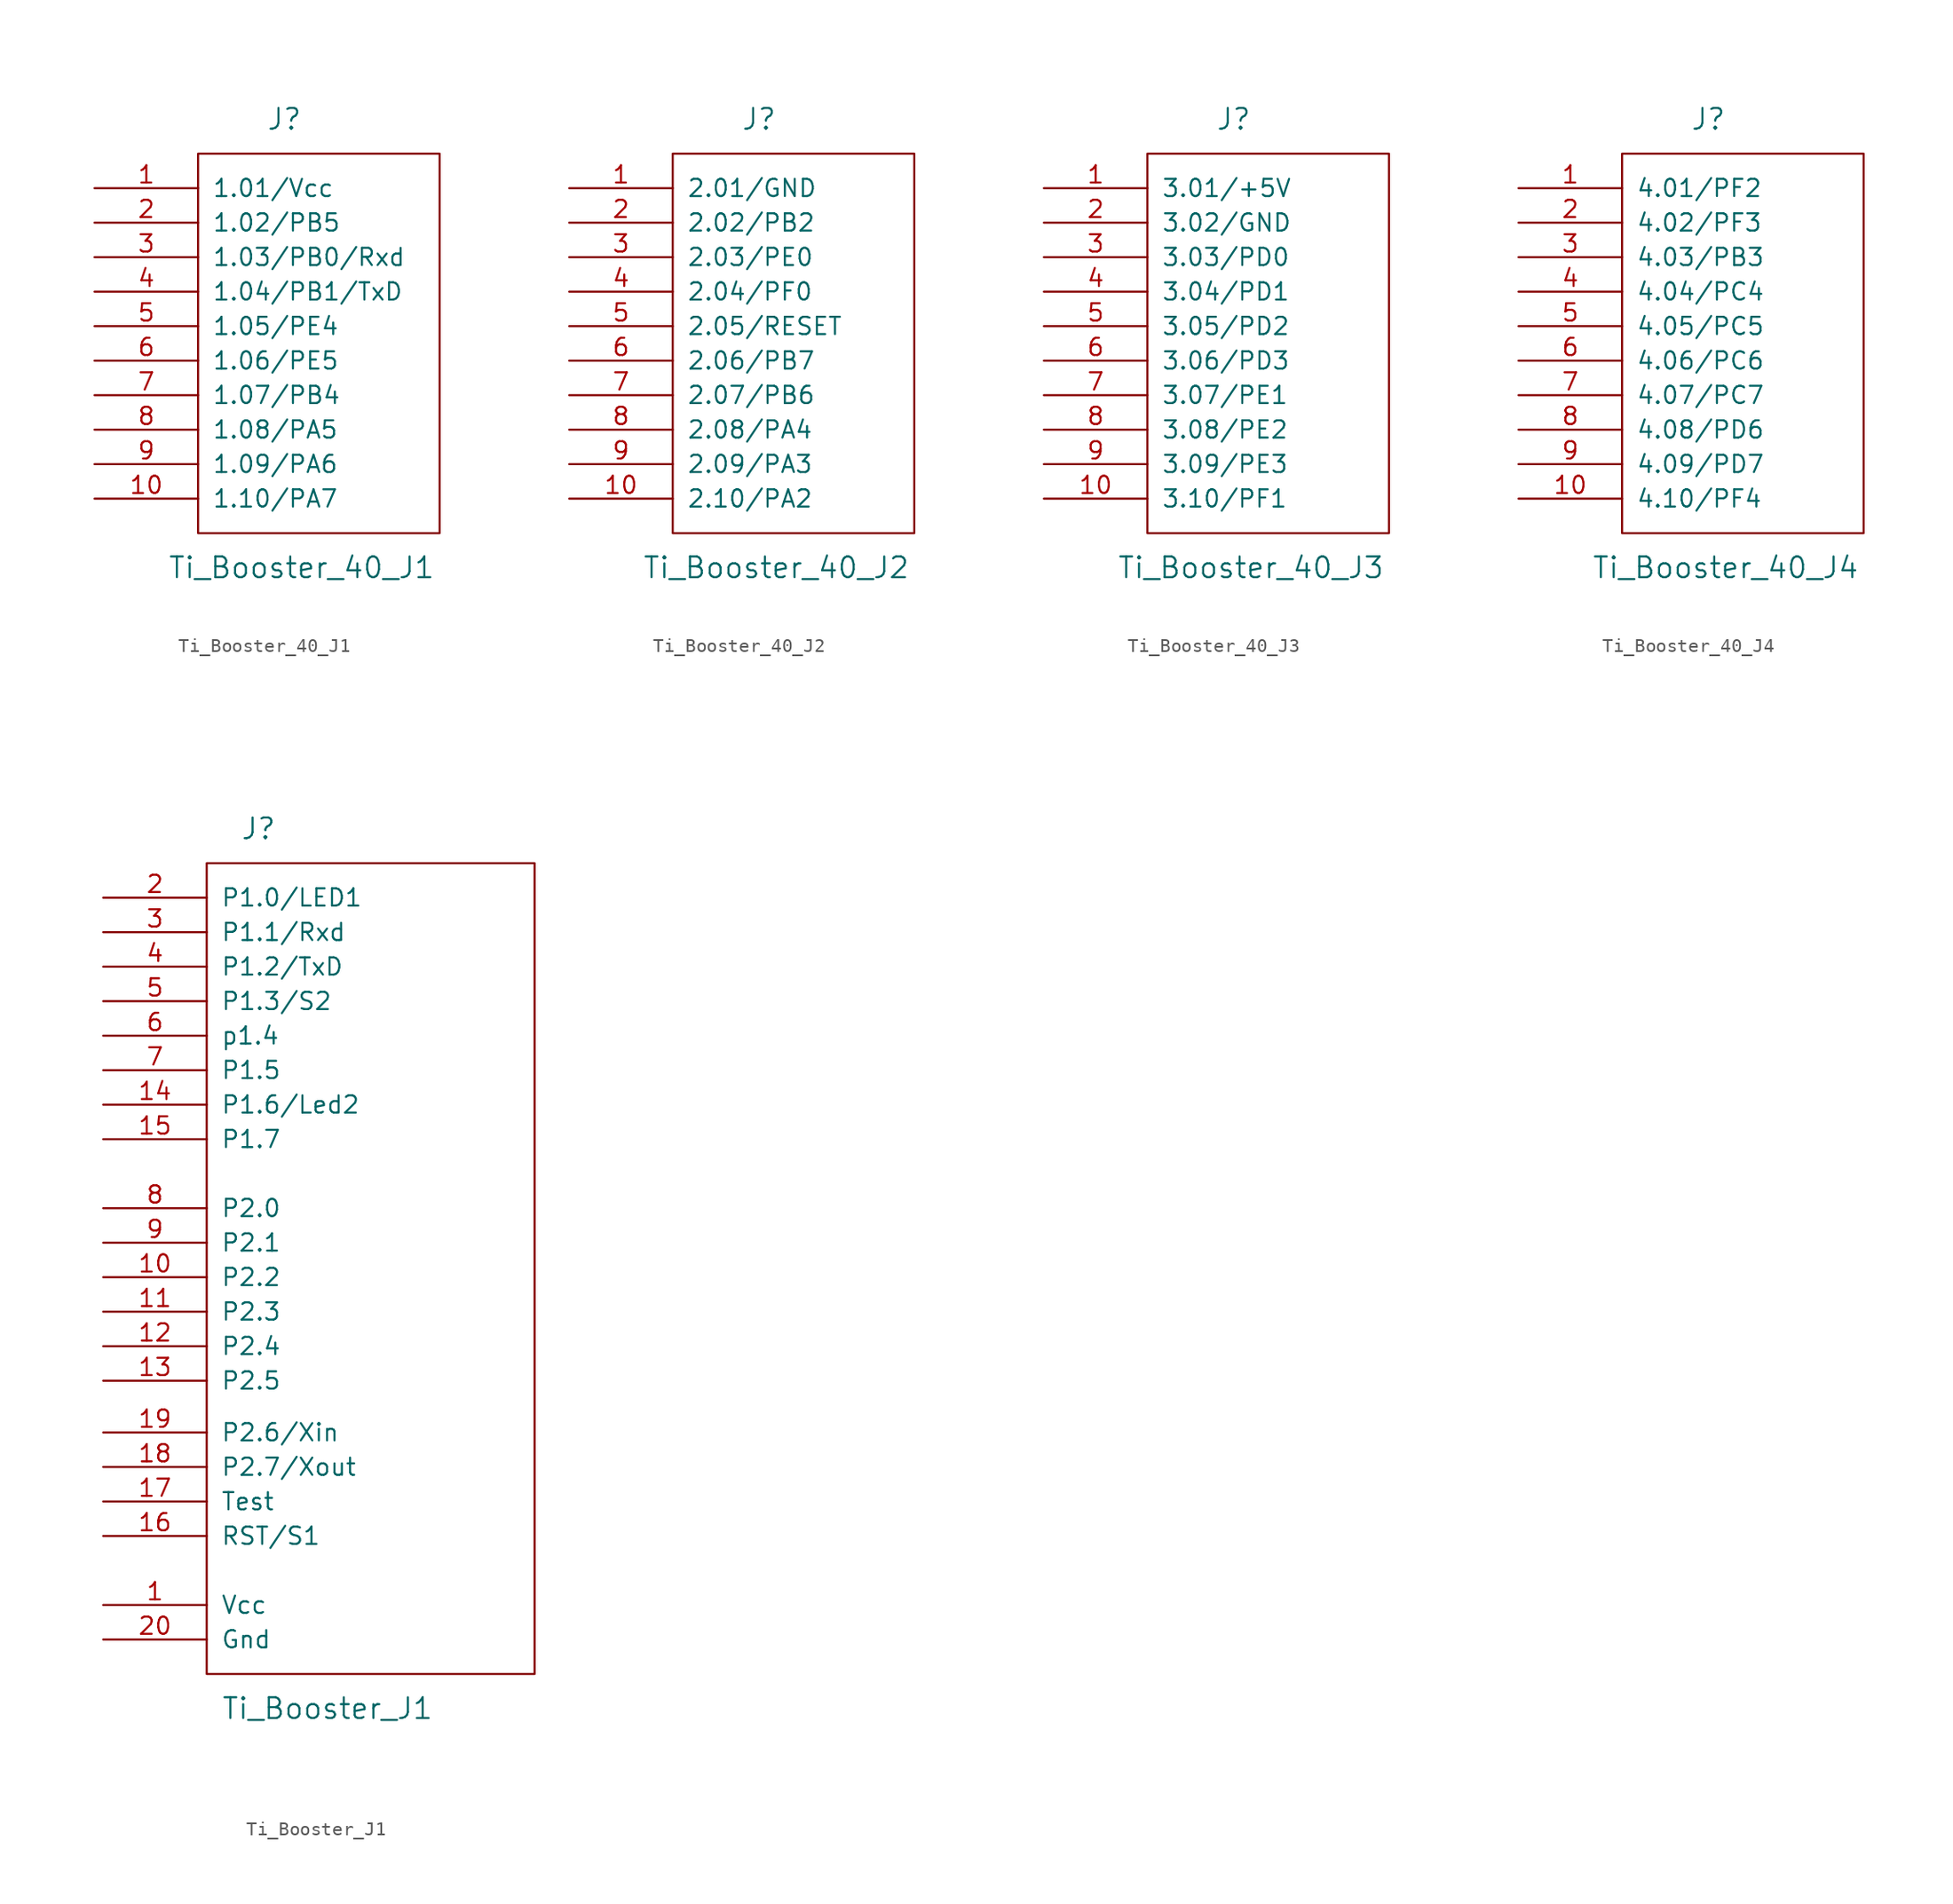
<source format=kicad_sym>
(kicad_symbol_lib
  (version 20201005)
  (generator kicad_symbol_editor)
  (symbol "boosterpack:Ti_Booster_40_J1"
    (pin_names
      (offset 1.016))
    (property "Reference" "J"
      (at -1.27 16.51 0)
      (effects (font (size 1.524 1.524))))
    (property "Value" "Ti_Booster_40_J1"
      (at 0 -16.51 0)
      (effects (font (size 1.524 1.524))))
    (symbol "Ti_Booster_40_J1_0_1"
      (rectangle (start -7.62 13.97) (end 10.16 -13.97) (stroke (width 0)) (fill (type none))))
    (symbol "Ti_Booster_40_J1_1_1"
      (pin power_in line (at -15.24 11.43 0) (length 7.62) (name "1.01/Vcc" (effects (font (size 1.27 1.27)))) (number "1" (effects (font (size 1.27 1.27)))))
      (pin bidirectional line (at -15.24 8.89 0) (length 7.62) (name "1.02/PB5" (effects (font (size 1.27 1.27)))) (number "2" (effects (font (size 1.27 1.27)))))
      (pin bidirectional line (at -15.24 6.35 0) (length 7.62) (name "1.03/PB0/Rxd" (effects (font (size 1.27 1.27)))) (number "3" (effects (font (size 1.27 1.27)))))
      (pin bidirectional line (at -15.24 3.81 0) (length 7.62) (name "1.04/PB1/TxD" (effects (font (size 1.27 1.27)))) (number "4" (effects (font (size 1.27 1.27)))))
      (pin bidirectional line (at -15.24 1.27 0) (length 7.62) (name "1.05/PE4" (effects (font (size 1.27 1.27)))) (number "5" (effects (font (size 1.27 1.27)))))
      (pin bidirectional line (at -15.24 -1.27 0) (length 7.62) (name "1.06/PE5" (effects (font (size 1.27 1.27)))) (number "6" (effects (font (size 1.27 1.27)))))
      (pin bidirectional line (at -15.24 -3.81 0) (length 7.62) (name "1.07/PB4" (effects (font (size 1.27 1.27)))) (number "7" (effects (font (size 1.27 1.27)))))
      (pin bidirectional line (at -15.24 -6.35 0) (length 7.62) (name "1.08/PA5" (effects (font (size 1.27 1.27)))) (number "8" (effects (font (size 1.27 1.27)))))
      (pin bidirectional line (at -15.24 -8.89 0) (length 7.62) (name "1.09/PA6" (effects (font (size 1.27 1.27)))) (number "9" (effects (font (size 1.27 1.27)))))
      (pin bidirectional line (at -15.24 -11.43 0) (length 7.62) (name "1.10/PA7" (effects (font (size 1.27 1.27)))) (number "10" (effects (font (size 1.27 1.27)))))))
  (symbol "boosterpack:Ti_Booster_40_J2"
    (pin_names
      (offset 1.016))
    (property "Reference" "J"
      (at -1.27 16.51 0)
      (effects (font (size 1.524 1.524))))
    (property "Value" "Ti_Booster_40_J2"
      (at 0 -16.51 0)
      (effects (font (size 1.524 1.524))))
    (symbol "Ti_Booster_40_J2_0_1"
      (rectangle (start -7.62 13.97) (end 10.16 -13.97) (stroke (width 0)) (fill (type none))))
    (symbol "Ti_Booster_40_J2_1_1"
      (pin power_in line (at -15.24 11.43 0) (length 7.62) (name "2.01/GND" (effects (font (size 1.27 1.27)))) (number "1" (effects (font (size 1.27 1.27)))))
      (pin bidirectional line (at -15.24 8.89 0) (length 7.62) (name "2.02/PB2" (effects (font (size 1.27 1.27)))) (number "2" (effects (font (size 1.27 1.27)))))
      (pin bidirectional line (at -15.24 6.35 0) (length 7.62) (name "2.03/PE0" (effects (font (size 1.27 1.27)))) (number "3" (effects (font (size 1.27 1.27)))))
      (pin bidirectional line (at -15.24 3.81 0) (length 7.62) (name "2.04/PF0" (effects (font (size 1.27 1.27)))) (number "4" (effects (font (size 1.27 1.27)))))
      (pin bidirectional line (at -15.24 1.27 0) (length 7.62) (name "2.05/RESET" (effects (font (size 1.27 1.27)))) (number "5" (effects (font (size 1.27 1.27)))))
      (pin bidirectional line (at -15.24 -1.27 0) (length 7.62) (name "2.06/PB7" (effects (font (size 1.27 1.27)))) (number "6" (effects (font (size 1.27 1.27)))))
      (pin bidirectional line (at -15.24 -3.81 0) (length 7.62) (name "2.07/PB6" (effects (font (size 1.27 1.27)))) (number "7" (effects (font (size 1.27 1.27)))))
      (pin bidirectional line (at -15.24 -6.35 0) (length 7.62) (name "2.08/PA4" (effects (font (size 1.27 1.27)))) (number "8" (effects (font (size 1.27 1.27)))))
      (pin bidirectional line (at -15.24 -8.89 0) (length 7.62) (name "2.09/PA3" (effects (font (size 1.27 1.27)))) (number "9" (effects (font (size 1.27 1.27)))))
      (pin bidirectional line (at -15.24 -11.43 0) (length 7.62) (name "2.10/PA2" (effects (font (size 1.27 1.27)))) (number "10" (effects (font (size 1.27 1.27)))))))
  (symbol "boosterpack:Ti_Booster_40_J3"
    (pin_names
      (offset 1.016))
    (property "Reference" "J"
      (at -1.27 16.51 0)
      (effects (font (size 1.524 1.524))))
    (property "Value" "Ti_Booster_40_J3"
      (at 0 -16.51 0)
      (effects (font (size 1.524 1.524))))
    (symbol "Ti_Booster_40_J3_0_1"
      (rectangle (start -7.62 13.97) (end 10.16 -13.97) (stroke (width 0)) (fill (type none))))
    (symbol "Ti_Booster_40_J3_1_1"
      (pin power_in line (at -15.24 11.43 0) (length 7.62) (name "3.01/+5V" (effects (font (size 1.27 1.27)))) (number "1" (effects (font (size 1.27 1.27)))))
      (pin bidirectional line (at -15.24 8.89 0) (length 7.62) (name "3.02/GND" (effects (font (size 1.27 1.27)))) (number "2" (effects (font (size 1.27 1.27)))))
      (pin bidirectional line (at -15.24 6.35 0) (length 7.62) (name "3.03/PD0" (effects (font (size 1.27 1.27)))) (number "3" (effects (font (size 1.27 1.27)))))
      (pin bidirectional line (at -15.24 3.81 0) (length 7.62) (name "3.04/PD1" (effects (font (size 1.27 1.27)))) (number "4" (effects (font (size 1.27 1.27)))))
      (pin bidirectional line (at -15.24 1.27 0) (length 7.62) (name "3.05/PD2" (effects (font (size 1.27 1.27)))) (number "5" (effects (font (size 1.27 1.27)))))
      (pin bidirectional line (at -15.24 -1.27 0) (length 7.62) (name "3.06/PD3" (effects (font (size 1.27 1.27)))) (number "6" (effects (font (size 1.27 1.27)))))
      (pin bidirectional line (at -15.24 -3.81 0) (length 7.62) (name "3.07/PE1" (effects (font (size 1.27 1.27)))) (number "7" (effects (font (size 1.27 1.27)))))
      (pin bidirectional line (at -15.24 -6.35 0) (length 7.62) (name "3.08/PE2" (effects (font (size 1.27 1.27)))) (number "8" (effects (font (size 1.27 1.27)))))
      (pin bidirectional line (at -15.24 -8.89 0) (length 7.62) (name "3.09/PE3" (effects (font (size 1.27 1.27)))) (number "9" (effects (font (size 1.27 1.27)))))
      (pin bidirectional line (at -15.24 -11.43 0) (length 7.62) (name "3.10/PF1" (effects (font (size 1.27 1.27)))) (number "10" (effects (font (size 1.27 1.27)))))))
  (symbol "boosterpack:Ti_Booster_40_J4"
    (pin_names
      (offset 1.016))
    (property "Reference" "J"
      (at -1.27 16.51 0)
      (effects (font (size 1.524 1.524))))
    (property "Value" "Ti_Booster_40_J4"
      (at 0 -16.51 0)
      (effects (font (size 1.524 1.524))))
    (symbol "Ti_Booster_40_J4_0_1"
      (rectangle (start -7.62 13.97) (end 10.16 -13.97) (stroke (width 0)) (fill (type none))))
    (symbol "Ti_Booster_40_J4_1_1"
      (pin power_in line (at -15.24 11.43 0) (length 7.62) (name "4.01/PF2" (effects (font (size 1.27 1.27)))) (number "1" (effects (font (size 1.27 1.27)))))
      (pin bidirectional line (at -15.24 8.89 0) (length 7.62) (name "4.02/PF3" (effects (font (size 1.27 1.27)))) (number "2" (effects (font (size 1.27 1.27)))))
      (pin bidirectional line (at -15.24 6.35 0) (length 7.62) (name "4.03/PB3" (effects (font (size 1.27 1.27)))) (number "3" (effects (font (size 1.27 1.27)))))
      (pin bidirectional line (at -15.24 3.81 0) (length 7.62) (name "4.04/PC4" (effects (font (size 1.27 1.27)))) (number "4" (effects (font (size 1.27 1.27)))))
      (pin bidirectional line (at -15.24 1.27 0) (length 7.62) (name "4.05/PC5" (effects (font (size 1.27 1.27)))) (number "5" (effects (font (size 1.27 1.27)))))
      (pin bidirectional line (at -15.24 -1.27 0) (length 7.62) (name "4.06/PC6" (effects (font (size 1.27 1.27)))) (number "6" (effects (font (size 1.27 1.27)))))
      (pin bidirectional line (at -15.24 -3.81 0) (length 7.62) (name "4.07/PC7" (effects (font (size 1.27 1.27)))) (number "7" (effects (font (size 1.27 1.27)))))
      (pin bidirectional line (at -15.24 -6.35 0) (length 7.62) (name "4.08/PD6" (effects (font (size 1.27 1.27)))) (number "8" (effects (font (size 1.27 1.27)))))
      (pin bidirectional line (at -15.24 -8.89 0) (length 7.62) (name "4.09/PD7" (effects (font (size 1.27 1.27)))) (number "9" (effects (font (size 1.27 1.27)))))
      (pin bidirectional line (at -15.24 -11.43 0) (length 7.62) (name "4.10/PF4" (effects (font (size 1.27 1.27)))) (number "10" (effects (font (size 1.27 1.27)))))))
  (symbol "boosterpack:Ti_Booster_J1"
    (pin_names
      (offset 1.016))
    (property "Reference" "J"
      (at -7.62 33.02 0)
      (effects (font (size 1.524 1.524))))
    (property "Value" "Ti_Booster_J1"
      (at -2.54 -31.75 0)
      (effects (font (size 1.524 1.524))))
    (symbol "Ti_Booster_J1_0_1"
      (rectangle (start -11.43 30.48) (end 12.7 -29.21) (stroke (width 0)) (fill (type none))))
    (symbol "Ti_Booster_J1_1_1"
      (pin power_in line (at -19.05 -24.13 0) (length 7.62) (name "Vcc" (effects (font (size 1.27 1.27)))) (number "1" (effects (font (size 1.27 1.27)))))
      (pin bidirectional line (at -19.05 27.94 0) (length 7.62) (name "P1.0/LED1" (effects (font (size 1.27 1.27)))) (number "2" (effects (font (size 1.27 1.27)))))
      (pin bidirectional line (at -19.05 25.4 0) (length 7.62) (name "P1.1/Rxd" (effects (font (size 1.27 1.27)))) (number "3" (effects (font (size 1.27 1.27)))))
      (pin bidirectional line (at -19.05 22.86 0) (length 7.62) (name "P1.2/TxD" (effects (font (size 1.27 1.27)))) (number "4" (effects (font (size 1.27 1.27)))))
      (pin bidirectional line (at -19.05 20.32 0) (length 7.62) (name "P1.3/S2" (effects (font (size 1.27 1.27)))) (number "5" (effects (font (size 1.27 1.27)))))
      (pin bidirectional line (at -19.05 17.78 0) (length 7.62) (name "p1.4" (effects (font (size 1.27 1.27)))) (number "6" (effects (font (size 1.27 1.27)))))
      (pin bidirectional line (at -19.05 15.24 0) (length 7.62) (name "P1.5" (effects (font (size 1.27 1.27)))) (number "7" (effects (font (size 1.27 1.27)))))
      (pin bidirectional line (at -19.05 5.08 0) (length 7.62) (name "P2.0" (effects (font (size 1.27 1.27)))) (number "8" (effects (font (size 1.27 1.27)))))
      (pin bidirectional line (at -19.05 2.54 0) (length 7.62) (name "P2.1" (effects (font (size 1.27 1.27)))) (number "9" (effects (font (size 1.27 1.27)))))
      (pin bidirectional line (at -19.05 0 0) (length 7.62) (name "P2.2" (effects (font (size 1.27 1.27)))) (number "10" (effects (font (size 1.27 1.27)))))
      (pin bidirectional line (at -19.05 -26.67 0) (length 7.62) (name "Gnd" (effects (font (size 1.27 1.27)))) (number "20" (effects (font (size 1.27 1.27)))))
      (pin bidirectional line (at -19.05 -2.54 0) (length 7.62) (name "P2.3" (effects (font (size 1.27 1.27)))) (number "11" (effects (font (size 1.27 1.27)))))
      (pin bidirectional line (at -19.05 -5.08 0) (length 7.62) (name "P2.4" (effects (font (size 1.27 1.27)))) (number "12" (effects (font (size 1.27 1.27)))))
      (pin bidirectional line (at -19.05 -7.62 0) (length 7.62) (name "P2.5" (effects (font (size 1.27 1.27)))) (number "13" (effects (font (size 1.27 1.27)))))
      (pin bidirectional line (at -19.05 12.7 0) (length 7.62) (name "P1.6/Led2" (effects (font (size 1.27 1.27)))) (number "14" (effects (font (size 1.27 1.27)))))
      (pin bidirectional line (at -19.05 10.16 0) (length 7.62) (name "P1.7" (effects (font (size 1.27 1.27)))) (number "15" (effects (font (size 1.27 1.27)))))
      (pin bidirectional line (at -19.05 -19.05 0) (length 7.62) (name "RST/S1" (effects (font (size 1.27 1.27)))) (number "16" (effects (font (size 1.27 1.27)))))
      (pin bidirectional line (at -19.05 -16.51 0) (length 7.62) (name "Test" (effects (font (size 1.27 1.27)))) (number "17" (effects (font (size 1.27 1.27)))))
      (pin bidirectional line (at -19.05 -13.97 0) (length 7.62) (name "P2.7/Xout" (effects (font (size 1.27 1.27)))) (number "18" (effects (font (size 1.27 1.27)))))
      (pin bidirectional line (at -19.05 -11.43 0) (length 7.62) (name "P2.6/Xin" (effects (font (size 1.27 1.27)))) (number "19" (effects (font (size 1.27 1.27))))))))
</source>
